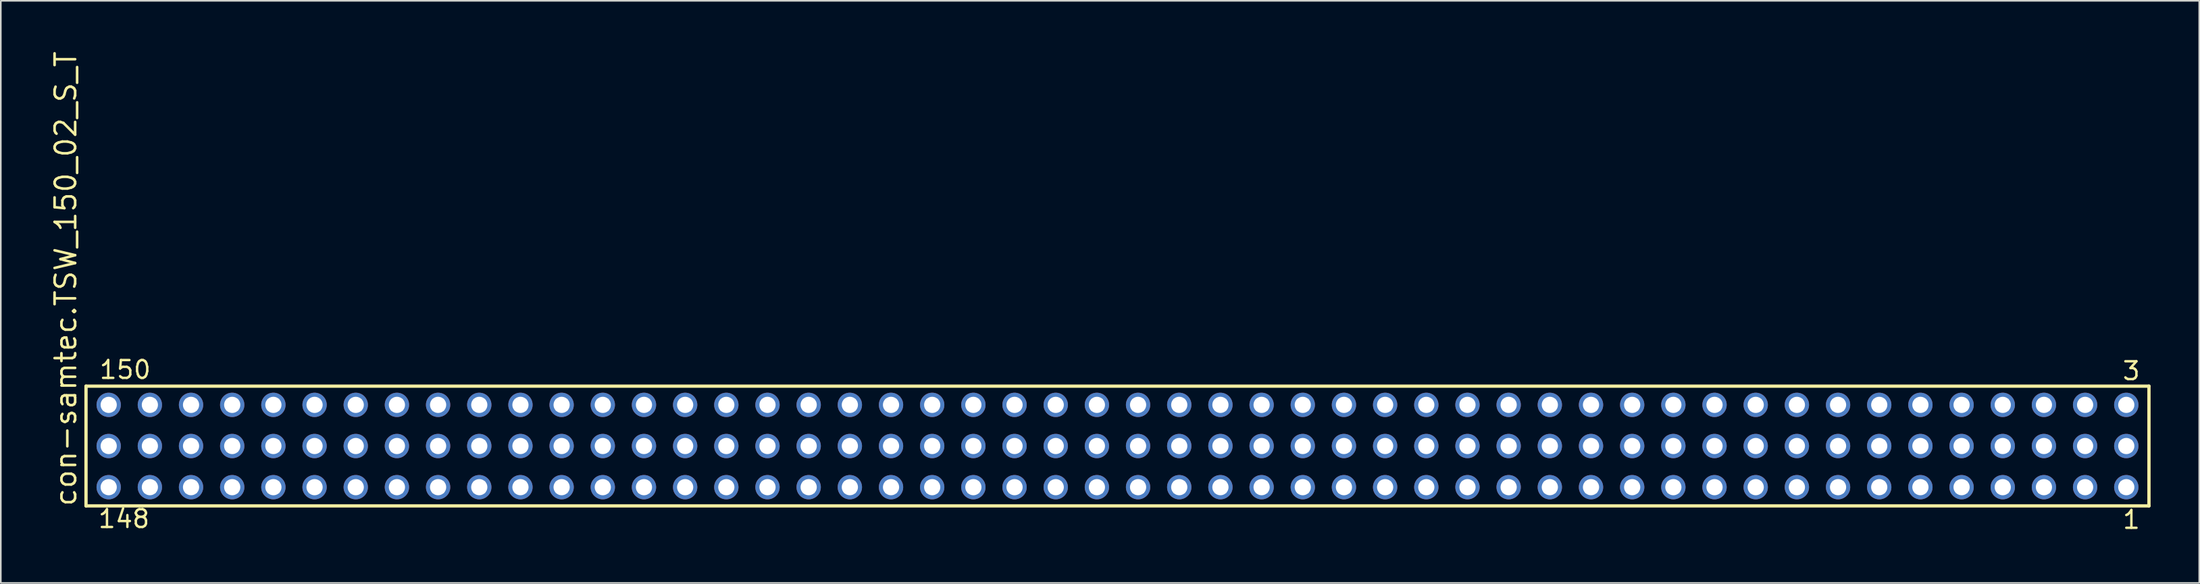
<source format=kicad_pcb>
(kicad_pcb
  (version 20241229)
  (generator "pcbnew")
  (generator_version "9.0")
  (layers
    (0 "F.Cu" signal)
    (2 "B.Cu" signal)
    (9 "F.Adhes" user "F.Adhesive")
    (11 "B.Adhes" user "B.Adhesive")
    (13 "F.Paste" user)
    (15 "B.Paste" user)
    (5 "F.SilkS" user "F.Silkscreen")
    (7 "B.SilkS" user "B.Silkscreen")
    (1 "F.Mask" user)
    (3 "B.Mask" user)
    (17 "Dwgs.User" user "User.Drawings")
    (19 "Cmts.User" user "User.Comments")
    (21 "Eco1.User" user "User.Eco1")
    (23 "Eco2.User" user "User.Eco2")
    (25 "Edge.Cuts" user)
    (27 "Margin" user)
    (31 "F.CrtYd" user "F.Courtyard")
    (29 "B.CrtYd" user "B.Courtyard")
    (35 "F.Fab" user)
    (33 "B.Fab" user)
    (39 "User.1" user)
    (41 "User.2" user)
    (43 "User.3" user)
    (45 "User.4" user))
  (footprint "con-samtec.TSW_150_02_S_T"
    (layer "F.Cu")
    (at 65.885 24.477)
    (property "Reference" "con-samtec.TSW_150_02_S_T" (at -64.135 3.81 90) (layer "F.SilkS") (effects (font (size 1.27 1.27) (thickness 0.16)) (justify left bottom)))
    (attr through_hole)
    (fp_line (start -63.629 -3.695) (end 63.629 -3.695) (stroke (width 0.203) (type default)) (layer "F.SilkS"))
    (fp_line (start -63.629 3.695) (end -63.629 -3.695) (stroke (width 0.203) (type default)) (layer "F.SilkS"))
    (fp_line (start 63.629 -3.695) (end 63.629 3.695) (stroke (width 0.203) (type default)) (layer "F.SilkS"))
    (fp_line (start 63.629 3.695) (end -63.629 3.695) (stroke (width 0.203) (type default)) (layer "F.SilkS"))
    (fp_rect (start -62.58 -2.19) (end -61.88 -2.89) (stroke (width 0.05) (type default)) (fill no) (layer "F.Fab"))
    (fp_rect (start -62.58 0.35) (end -61.88 -0.35) (stroke (width 0.05) (type default)) (fill no) (layer "F.Fab"))
    (fp_rect (start -62.58 2.89) (end -61.88 2.19) (stroke (width 0.05) (type default)) (fill no) (layer "F.Fab"))
    (fp_rect (start -60.04 -2.19) (end -59.34 -2.89) (stroke (width 0.05) (type default)) (fill no) (layer "F.Fab"))
    (fp_rect (start -60.04 0.35) (end -59.34 -0.35) (stroke (width 0.05) (type default)) (fill no) (layer "F.Fab"))
    (fp_rect (start -60.04 2.89) (end -59.34 2.19) (stroke (width 0.05) (type default)) (fill no) (layer "F.Fab"))
    (fp_rect (start -57.5 -2.19) (end -56.8 -2.89) (stroke (width 0.05) (type default)) (fill no) (layer "F.Fab"))
    (fp_rect (start -57.5 0.35) (end -56.8 -0.35) (stroke (width 0.05) (type default)) (fill no) (layer "F.Fab"))
    (fp_rect (start -57.5 2.89) (end -56.8 2.19) (stroke (width 0.05) (type default)) (fill no) (layer "F.Fab"))
    (fp_rect (start -54.96 -2.19) (end -54.26 -2.89) (stroke (width 0.05) (type default)) (fill no) (layer "F.Fab"))
    (fp_rect (start -54.96 0.35) (end -54.26 -0.35) (stroke (width 0.05) (type default)) (fill no) (layer "F.Fab"))
    (fp_rect (start -54.96 2.89) (end -54.26 2.19) (stroke (width 0.05) (type default)) (fill no) (layer "F.Fab"))
    (fp_rect (start -52.42 -2.19) (end -51.72 -2.89) (stroke (width 0.05) (type default)) (fill no) (layer "F.Fab"))
    (fp_rect (start -52.42 0.35) (end -51.72 -0.35) (stroke (width 0.05) (type default)) (fill no) (layer "F.Fab"))
    (fp_rect (start -52.42 2.89) (end -51.72 2.19) (stroke (width 0.05) (type default)) (fill no) (layer "F.Fab"))
    (fp_rect (start -49.88 -2.19) (end -49.18 -2.89) (stroke (width 0.05) (type default)) (fill no) (layer "F.Fab"))
    (fp_rect (start -49.88 0.35) (end -49.18 -0.35) (stroke (width 0.05) (type default)) (fill no) (layer "F.Fab"))
    (fp_rect (start -49.88 2.89) (end -49.18 2.19) (stroke (width 0.05) (type default)) (fill no) (layer "F.Fab"))
    (fp_rect (start -47.34 -2.19) (end -46.64 -2.89) (stroke (width 0.05) (type default)) (fill no) (layer "F.Fab"))
    (fp_rect (start -47.34 0.35) (end -46.64 -0.35) (stroke (width 0.05) (type default)) (fill no) (layer "F.Fab"))
    (fp_rect (start -47.34 2.89) (end -46.64 2.19) (stroke (width 0.05) (type default)) (fill no) (layer "F.Fab"))
    (fp_rect (start -44.8 -2.19) (end -44.1 -2.89) (stroke (width 0.05) (type default)) (fill no) (layer "F.Fab"))
    (fp_rect (start -44.8 0.35) (end -44.1 -0.35) (stroke (width 0.05) (type default)) (fill no) (layer "F.Fab"))
    (fp_rect (start -44.8 2.89) (end -44.1 2.19) (stroke (width 0.05) (type default)) (fill no) (layer "F.Fab"))
    (fp_rect (start -42.26 -2.19) (end -41.56 -2.89) (stroke (width 0.05) (type default)) (fill no) (layer "F.Fab"))
    (fp_rect (start -42.26 0.35) (end -41.56 -0.35) (stroke (width 0.05) (type default)) (fill no) (layer "F.Fab"))
    (fp_rect (start -42.26 2.89) (end -41.56 2.19) (stroke (width 0.05) (type default)) (fill no) (layer "F.Fab"))
    (fp_rect (start -39.72 -2.19) (end -39.02 -2.89) (stroke (width 0.05) (type default)) (fill no) (layer "F.Fab"))
    (fp_rect (start -39.72 0.35) (end -39.02 -0.35) (stroke (width 0.05) (type default)) (fill no) (layer "F.Fab"))
    (fp_rect (start -39.72 2.89) (end -39.02 2.19) (stroke (width 0.05) (type default)) (fill no) (layer "F.Fab"))
    (fp_rect (start -37.18 -2.19) (end -36.48 -2.89) (stroke (width 0.05) (type default)) (fill no) (layer "F.Fab"))
    (fp_rect (start -37.18 0.35) (end -36.48 -0.35) (stroke (width 0.05) (type default)) (fill no) (layer "F.Fab"))
    (fp_rect (start -37.18 2.89) (end -36.48 2.19) (stroke (width 0.05) (type default)) (fill no) (layer "F.Fab"))
    (fp_rect (start -34.64 -2.19) (end -33.94 -2.89) (stroke (width 0.05) (type default)) (fill no) (layer "F.Fab"))
    (fp_rect (start -34.64 0.35) (end -33.94 -0.35) (stroke (width 0.05) (type default)) (fill no) (layer "F.Fab"))
    (fp_rect (start -34.64 2.89) (end -33.94 2.19) (stroke (width 0.05) (type default)) (fill no) (layer "F.Fab"))
    (fp_rect (start -32.1 -2.19) (end -31.4 -2.89) (stroke (width 0.05) (type default)) (fill no) (layer "F.Fab"))
    (fp_rect (start -32.1 0.35) (end -31.4 -0.35) (stroke (width 0.05) (type default)) (fill no) (layer "F.Fab"))
    (fp_rect (start -32.1 2.89) (end -31.4 2.19) (stroke (width 0.05) (type default)) (fill no) (layer "F.Fab"))
    (fp_rect (start -29.56 -2.19) (end -28.86 -2.89) (stroke (width 0.05) (type default)) (fill no) (layer "F.Fab"))
    (fp_rect (start -29.56 0.35) (end -28.86 -0.35) (stroke (width 0.05) (type default)) (fill no) (layer "F.Fab"))
    (fp_rect (start -29.56 2.89) (end -28.86 2.19) (stroke (width 0.05) (type default)) (fill no) (layer "F.Fab"))
    (fp_rect (start -27.02 -2.19) (end -26.32 -2.89) (stroke (width 0.05) (type default)) (fill no) (layer "F.Fab"))
    (fp_rect (start -27.02 0.35) (end -26.32 -0.35) (stroke (width 0.05) (type default)) (fill no) (layer "F.Fab"))
    (fp_rect (start -27.02 2.89) (end -26.32 2.19) (stroke (width 0.05) (type default)) (fill no) (layer "F.Fab"))
    (fp_rect (start -24.48 -2.19) (end -23.78 -2.89) (stroke (width 0.05) (type default)) (fill no) (layer "F.Fab"))
    (fp_rect (start -24.48 0.35) (end -23.78 -0.35) (stroke (width 0.05) (type default)) (fill no) (layer "F.Fab"))
    (fp_rect (start -24.48 2.89) (end -23.78 2.19) (stroke (width 0.05) (type default)) (fill no) (layer "F.Fab"))
    (fp_rect (start -21.94 -2.19) (end -21.24 -2.89) (stroke (width 0.05) (type default)) (fill no) (layer "F.Fab"))
    (fp_rect (start -21.94 0.35) (end -21.24 -0.35) (stroke (width 0.05) (type default)) (fill no) (layer "F.Fab"))
    (fp_rect (start -21.94 2.89) (end -21.24 2.19) (stroke (width 0.05) (type default)) (fill no) (layer "F.Fab"))
    (fp_rect (start -19.4 -2.19) (end -18.7 -2.89) (stroke (width 0.05) (type default)) (fill no) (layer "F.Fab"))
    (fp_rect (start -19.4 0.35) (end -18.7 -0.35) (stroke (width 0.05) (type default)) (fill no) (layer "F.Fab"))
    (fp_rect (start -19.4 2.89) (end -18.7 2.19) (stroke (width 0.05) (type default)) (fill no) (layer "F.Fab"))
    (fp_rect (start -16.86 -2.19) (end -16.16 -2.89) (stroke (width 0.05) (type default)) (fill no) (layer "F.Fab"))
    (fp_rect (start -16.86 0.35) (end -16.16 -0.35) (stroke (width 0.05) (type default)) (fill no) (layer "F.Fab"))
    (fp_rect (start -16.86 2.89) (end -16.16 2.19) (stroke (width 0.05) (type default)) (fill no) (layer "F.Fab"))
    (fp_rect (start -14.32 -2.19) (end -13.62 -2.89) (stroke (width 0.05) (type default)) (fill no) (layer "F.Fab"))
    (fp_rect (start -14.32 0.35) (end -13.62 -0.35) (stroke (width 0.05) (type default)) (fill no) (layer "F.Fab"))
    (fp_rect (start -14.32 2.89) (end -13.62 2.19) (stroke (width 0.05) (type default)) (fill no) (layer "F.Fab"))
    (fp_rect (start -11.78 -2.19) (end -11.08 -2.89) (stroke (width 0.05) (type default)) (fill no) (layer "F.Fab"))
    (fp_rect (start -11.78 0.35) (end -11.08 -0.35) (stroke (width 0.05) (type default)) (fill no) (layer "F.Fab"))
    (fp_rect (start -11.78 2.89) (end -11.08 2.19) (stroke (width 0.05) (type default)) (fill no) (layer "F.Fab"))
    (fp_rect (start -9.24 -2.19) (end -8.54 -2.89) (stroke (width 0.05) (type default)) (fill no) (layer "F.Fab"))
    (fp_rect (start -9.24 0.35) (end -8.54 -0.35) (stroke (width 0.05) (type default)) (fill no) (layer "F.Fab"))
    (fp_rect (start -9.24 2.89) (end -8.54 2.19) (stroke (width 0.05) (type default)) (fill no) (layer "F.Fab"))
    (fp_rect (start -6.7 -2.19) (end -6 -2.89) (stroke (width 0.05) (type default)) (fill no) (layer "F.Fab"))
    (fp_rect (start -6.7 0.35) (end -6 -0.35) (stroke (width 0.05) (type default)) (fill no) (layer "F.Fab"))
    (fp_rect (start -6.7 2.89) (end -6 2.19) (stroke (width 0.05) (type default)) (fill no) (layer "F.Fab"))
    (fp_rect (start -4.16 -2.19) (end -3.46 -2.89) (stroke (width 0.05) (type default)) (fill no) (layer "F.Fab"))
    (fp_rect (start -4.16 0.35) (end -3.46 -0.35) (stroke (width 0.05) (type default)) (fill no) (layer "F.Fab"))
    (fp_rect (start -4.16 2.89) (end -3.46 2.19) (stroke (width 0.05) (type default)) (fill no) (layer "F.Fab"))
    (fp_rect (start -1.62 -2.19) (end -0.92 -2.89) (stroke (width 0.05) (type default)) (fill no) (layer "F.Fab"))
    (fp_rect (start -1.62 0.35) (end -0.92 -0.35) (stroke (width 0.05) (type default)) (fill no) (layer "F.Fab"))
    (fp_rect (start -1.62 2.89) (end -0.92 2.19) (stroke (width 0.05) (type default)) (fill no) (layer "F.Fab"))
    (fp_rect (start 0.92 -2.19) (end 1.62 -2.89) (stroke (width 0.05) (type default)) (fill no) (layer "F.Fab"))
    (fp_rect (start 0.92 0.35) (end 1.62 -0.35) (stroke (width 0.05) (type default)) (fill no) (layer "F.Fab"))
    (fp_rect (start 0.92 2.89) (end 1.62 2.19) (stroke (width 0.05) (type default)) (fill no) (layer "F.Fab"))
    (fp_rect (start 3.46 -2.19) (end 4.16 -2.89) (stroke (width 0.05) (type default)) (fill no) (layer "F.Fab"))
    (fp_rect (start 3.46 0.35) (end 4.16 -0.35) (stroke (width 0.05) (type default)) (fill no) (layer "F.Fab"))
    (fp_rect (start 3.46 2.89) (end 4.16 2.19) (stroke (width 0.05) (type default)) (fill no) (layer "F.Fab"))
    (fp_rect (start 6 -2.19) (end 6.7 -2.89) (stroke (width 0.05) (type default)) (fill no) (layer "F.Fab"))
    (fp_rect (start 6 0.35) (end 6.7 -0.35) (stroke (width 0.05) (type default)) (fill no) (layer "F.Fab"))
    (fp_rect (start 6 2.89) (end 6.7 2.19) (stroke (width 0.05) (type default)) (fill no) (layer "F.Fab"))
    (fp_rect (start 8.54 -2.19) (end 9.24 -2.89) (stroke (width 0.05) (type default)) (fill no) (layer "F.Fab"))
    (fp_rect (start 8.54 0.35) (end 9.24 -0.35) (stroke (width 0.05) (type default)) (fill no) (layer "F.Fab"))
    (fp_rect (start 8.54 2.89) (end 9.24 2.19) (stroke (width 0.05) (type default)) (fill no) (layer "F.Fab"))
    (fp_rect (start 11.08 -2.19) (end 11.78 -2.89) (stroke (width 0.05) (type default)) (fill no) (layer "F.Fab"))
    (fp_rect (start 11.08 0.35) (end 11.78 -0.35) (stroke (width 0.05) (type default)) (fill no) (layer "F.Fab"))
    (fp_rect (start 11.08 2.89) (end 11.78 2.19) (stroke (width 0.05) (type default)) (fill no) (layer "F.Fab"))
    (fp_rect (start 13.62 -2.19) (end 14.32 -2.89) (stroke (width 0.05) (type default)) (fill no) (layer "F.Fab"))
    (fp_rect (start 13.62 0.35) (end 14.32 -0.35) (stroke (width 0.05) (type default)) (fill no) (layer "F.Fab"))
    (fp_rect (start 13.62 2.89) (end 14.32 2.19) (stroke (width 0.05) (type default)) (fill no) (layer "F.Fab"))
    (fp_rect (start 16.16 -2.19) (end 16.86 -2.89) (stroke (width 0.05) (type default)) (fill no) (layer "F.Fab"))
    (fp_rect (start 16.16 0.35) (end 16.86 -0.35) (stroke (width 0.05) (type default)) (fill no) (layer "F.Fab"))
    (fp_rect (start 16.16 2.89) (end 16.86 2.19) (stroke (width 0.05) (type default)) (fill no) (layer "F.Fab"))
    (fp_rect (start 18.7 -2.19) (end 19.4 -2.89) (stroke (width 0.05) (type default)) (fill no) (layer "F.Fab"))
    (fp_rect (start 18.7 0.35) (end 19.4 -0.35) (stroke (width 0.05) (type default)) (fill no) (layer "F.Fab"))
    (fp_rect (start 18.7 2.89) (end 19.4 2.19) (stroke (width 0.05) (type default)) (fill no) (layer "F.Fab"))
    (fp_rect (start 21.24 -2.19) (end 21.94 -2.89) (stroke (width 0.05) (type default)) (fill no) (layer "F.Fab"))
    (fp_rect (start 21.24 0.35) (end 21.94 -0.35) (stroke (width 0.05) (type default)) (fill no) (layer "F.Fab"))
    (fp_rect (start 21.24 2.89) (end 21.94 2.19) (stroke (width 0.05) (type default)) (fill no) (layer "F.Fab"))
    (fp_rect (start 23.78 -2.19) (end 24.48 -2.89) (stroke (width 0.05) (type default)) (fill no) (layer "F.Fab"))
    (fp_rect (start 23.78 0.35) (end 24.48 -0.35) (stroke (width 0.05) (type default)) (fill no) (layer "F.Fab"))
    (fp_rect (start 23.78 2.89) (end 24.48 2.19) (stroke (width 0.05) (type default)) (fill no) (layer "F.Fab"))
    (fp_rect (start 26.32 -2.19) (end 27.02 -2.89) (stroke (width 0.05) (type default)) (fill no) (layer "F.Fab"))
    (fp_rect (start 26.32 0.35) (end 27.02 -0.35) (stroke (width 0.05) (type default)) (fill no) (layer "F.Fab"))
    (fp_rect (start 26.32 2.89) (end 27.02 2.19) (stroke (width 0.05) (type default)) (fill no) (layer "F.Fab"))
    (fp_rect (start 28.86 -2.19) (end 29.56 -2.89) (stroke (width 0.05) (type default)) (fill no) (layer "F.Fab"))
    (fp_rect (start 28.86 0.35) (end 29.56 -0.35) (stroke (width 0.05) (type default)) (fill no) (layer "F.Fab"))
    (fp_rect (start 28.86 2.89) (end 29.56 2.19) (stroke (width 0.05) (type default)) (fill no) (layer "F.Fab"))
    (fp_rect (start 31.4 -2.19) (end 32.1 -2.89) (stroke (width 0.05) (type default)) (fill no) (layer "F.Fab"))
    (fp_rect (start 31.4 0.35) (end 32.1 -0.35) (stroke (width 0.05) (type default)) (fill no) (layer "F.Fab"))
    (fp_rect (start 31.4 2.89) (end 32.1 2.19) (stroke (width 0.05) (type default)) (fill no) (layer "F.Fab"))
    (fp_rect (start 33.94 -2.19) (end 34.64 -2.89) (stroke (width 0.05) (type default)) (fill no) (layer "F.Fab"))
    (fp_rect (start 33.94 0.35) (end 34.64 -0.35) (stroke (width 0.05) (type default)) (fill no) (layer "F.Fab"))
    (fp_rect (start 33.94 2.89) (end 34.64 2.19) (stroke (width 0.05) (type default)) (fill no) (layer "F.Fab"))
    (fp_rect (start 36.48 -2.19) (end 37.18 -2.89) (stroke (width 0.05) (type default)) (fill no) (layer "F.Fab"))
    (fp_rect (start 36.48 0.35) (end 37.18 -0.35) (stroke (width 0.05) (type default)) (fill no) (layer "F.Fab"))
    (fp_rect (start 36.48 2.89) (end 37.18 2.19) (stroke (width 0.05) (type default)) (fill no) (layer "F.Fab"))
    (fp_rect (start 39.02 -2.19) (end 39.72 -2.89) (stroke (width 0.05) (type default)) (fill no) (layer "F.Fab"))
    (fp_rect (start 39.02 0.35) (end 39.72 -0.35) (stroke (width 0.05) (type default)) (fill no) (layer "F.Fab"))
    (fp_rect (start 39.02 2.89) (end 39.72 2.19) (stroke (width 0.05) (type default)) (fill no) (layer "F.Fab"))
    (fp_rect (start 41.56 -2.19) (end 42.26 -2.89) (stroke (width 0.05) (type default)) (fill no) (layer "F.Fab"))
    (fp_rect (start 41.56 0.35) (end 42.26 -0.35) (stroke (width 0.05) (type default)) (fill no) (layer "F.Fab"))
    (fp_rect (start 41.56 2.89) (end 42.26 2.19) (stroke (width 0.05) (type default)) (fill no) (layer "F.Fab"))
    (fp_rect (start 44.1 -2.19) (end 44.8 -2.89) (stroke (width 0.05) (type default)) (fill no) (layer "F.Fab"))
    (fp_rect (start 44.1 0.35) (end 44.8 -0.35) (stroke (width 0.05) (type default)) (fill no) (layer "F.Fab"))
    (fp_rect (start 44.1 2.89) (end 44.8 2.19) (stroke (width 0.05) (type default)) (fill no) (layer "F.Fab"))
    (fp_rect (start 46.64 -2.19) (end 47.34 -2.89) (stroke (width 0.05) (type default)) (fill no) (layer "F.Fab"))
    (fp_rect (start 46.64 0.35) (end 47.34 -0.35) (stroke (width 0.05) (type default)) (fill no) (layer "F.Fab"))
    (fp_rect (start 46.64 2.89) (end 47.34 2.19) (stroke (width 0.05) (type default)) (fill no) (layer "F.Fab"))
    (fp_rect (start 49.18 -2.19) (end 49.88 -2.89) (stroke (width 0.05) (type default)) (fill no) (layer "F.Fab"))
    (fp_rect (start 49.18 0.35) (end 49.88 -0.35) (stroke (width 0.05) (type default)) (fill no) (layer "F.Fab"))
    (fp_rect (start 49.18 2.89) (end 49.88 2.19) (stroke (width 0.05) (type default)) (fill no) (layer "F.Fab"))
    (fp_rect (start 51.72 -2.19) (end 52.42 -2.89) (stroke (width 0.05) (type default)) (fill no) (layer "F.Fab"))
    (fp_rect (start 51.72 0.35) (end 52.42 -0.35) (stroke (width 0.05) (type default)) (fill no) (layer "F.Fab"))
    (fp_rect (start 51.72 2.89) (end 52.42 2.19) (stroke (width 0.05) (type default)) (fill no) (layer "F.Fab"))
    (fp_rect (start 54.26 -2.19) (end 54.96 -2.89) (stroke (width 0.05) (type default)) (fill no) (layer "F.Fab"))
    (fp_rect (start 54.26 0.35) (end 54.96 -0.35) (stroke (width 0.05) (type default)) (fill no) (layer "F.Fab"))
    (fp_rect (start 54.26 2.89) (end 54.96 2.19) (stroke (width 0.05) (type default)) (fill no) (layer "F.Fab"))
    (fp_rect (start 56.8 -2.19) (end 57.5 -2.89) (stroke (width 0.05) (type default)) (fill no) (layer "F.Fab"))
    (fp_rect (start 56.8 0.35) (end 57.5 -0.35) (stroke (width 0.05) (type default)) (fill no) (layer "F.Fab"))
    (fp_rect (start 56.8 2.89) (end 57.5 2.19) (stroke (width 0.05) (type default)) (fill no) (layer "F.Fab"))
    (fp_rect (start 59.34 -2.19) (end 60.04 -2.89) (stroke (width 0.05) (type default)) (fill no) (layer "F.Fab"))
    (fp_rect (start 59.34 0.35) (end 60.04 -0.35) (stroke (width 0.05) (type default)) (fill no) (layer "F.Fab"))
    (fp_rect (start 59.34 2.89) (end 60.04 2.19) (stroke (width 0.05) (type default)) (fill no) (layer "F.Fab"))
    (fp_rect (start 61.88 -2.19) (end 62.58 -2.89) (stroke (width 0.05) (type default)) (fill no) (layer "F.Fab"))
    (fp_rect (start 61.88 0.35) (end 62.58 -0.35) (stroke (width 0.05) (type default)) (fill no) (layer "F.Fab"))
    (fp_rect (start 61.88 2.89) (end 62.58 2.19) (stroke (width 0.05) (type default)) (fill no) (layer "F.Fab"))
    (fp_text user "3" (at 61.918 -3.989 0) (layer "F.SilkS") (effects (font (size 1.1 1.1) (thickness 0.15)) (justify left bottom)))
    (fp_text user "1" (at 61.922 5.188 0) (layer "F.SilkS") (effects (font (size 1.1 1.1) (thickness 0.15)) (justify left bottom)))
    (fp_text user "148" (at -62.958 5.138 0) (layer "F.SilkS") (effects (font (size 1.1 1.1) (thickness 0.15)) (justify left bottom)))
    (fp_text user "150" (at -62.883 -4.064 0) (layer "F.SilkS") (effects (font (size 1.1 1.1) (thickness 0.15)) (justify left bottom)))
    (pad "1" thru_hole circle (at 62.23 2.54 180) (size 1.5 1.5) (drill 1) (layers "*.Cu" "*.Mask"))
    (pad "2" thru_hole circle (at 62.23 0 180) (size 1.5 1.5) (drill 1) (layers "*.Cu" "*.Mask"))
    (pad "3" thru_hole circle (at 62.23 -2.54 180) (size 1.5 1.5) (drill 1) (layers "*.Cu" "*.Mask"))
    (pad "4" thru_hole circle (at 59.69 2.54 180) (size 1.5 1.5) (drill 1) (layers "*.Cu" "*.Mask"))
    (pad "5" thru_hole circle (at 59.69 0 180) (size 1.5 1.5) (drill 1) (layers "*.Cu" "*.Mask"))
    (pad "6" thru_hole circle (at 59.69 -2.54 180) (size 1.5 1.5) (drill 1) (layers "*.Cu" "*.Mask"))
    (pad "7" thru_hole circle (at 57.15 2.54 180) (size 1.5 1.5) (drill 1) (layers "*.Cu" "*.Mask"))
    (pad "8" thru_hole circle (at 57.15 0 180) (size 1.5 1.5) (drill 1) (layers "*.Cu" "*.Mask"))
    (pad "9" thru_hole circle (at 57.15 -2.54 180) (size 1.5 1.5) (drill 1) (layers "*.Cu" "*.Mask"))
    (pad "10" thru_hole circle (at 54.61 2.54 180) (size 1.5 1.5) (drill 1) (layers "*.Cu" "*.Mask"))
    (pad "11" thru_hole circle (at 54.61 0 180) (size 1.5 1.5) (drill 1) (layers "*.Cu" "*.Mask"))
    (pad "12" thru_hole circle (at 54.61 -2.54 180) (size 1.5 1.5) (drill 1) (layers "*.Cu" "*.Mask"))
    (pad "13" thru_hole circle (at 52.07 2.54 180) (size 1.5 1.5) (drill 1) (layers "*.Cu" "*.Mask"))
    (pad "14" thru_hole circle (at 52.07 0 180) (size 1.5 1.5) (drill 1) (layers "*.Cu" "*.Mask"))
    (pad "15" thru_hole circle (at 52.07 -2.54 180) (size 1.5 1.5) (drill 1) (layers "*.Cu" "*.Mask"))
    (pad "16" thru_hole circle (at 49.53 2.54 180) (size 1.5 1.5) (drill 1) (layers "*.Cu" "*.Mask"))
    (pad "17" thru_hole circle (at 49.53 0 180) (size 1.5 1.5) (drill 1) (layers "*.Cu" "*.Mask"))
    (pad "18" thru_hole circle (at 49.53 -2.54 180) (size 1.5 1.5) (drill 1) (layers "*.Cu" "*.Mask"))
    (pad "19" thru_hole circle (at 46.99 2.54 180) (size 1.5 1.5) (drill 1) (layers "*.Cu" "*.Mask"))
    (pad "20" thru_hole circle (at 46.99 0 180) (size 1.5 1.5) (drill 1) (layers "*.Cu" "*.Mask"))
    (pad "21" thru_hole circle (at 46.99 -2.54 180) (size 1.5 1.5) (drill 1) (layers "*.Cu" "*.Mask"))
    (pad "22" thru_hole circle (at 44.45 2.54 180) (size 1.5 1.5) (drill 1) (layers "*.Cu" "*.Mask"))
    (pad "23" thru_hole circle (at 44.45 0 180) (size 1.5 1.5) (drill 1) (layers "*.Cu" "*.Mask"))
    (pad "24" thru_hole circle (at 44.45 -2.54 180) (size 1.5 1.5) (drill 1) (layers "*.Cu" "*.Mask"))
    (pad "25" thru_hole circle (at 41.91 2.54 180) (size 1.5 1.5) (drill 1) (layers "*.Cu" "*.Mask"))
    (pad "26" thru_hole circle (at 41.91 0 180) (size 1.5 1.5) (drill 1) (layers "*.Cu" "*.Mask"))
    (pad "27" thru_hole circle (at 41.91 -2.54 180) (size 1.5 1.5) (drill 1) (layers "*.Cu" "*.Mask"))
    (pad "28" thru_hole circle (at 39.37 2.54 180) (size 1.5 1.5) (drill 1) (layers "*.Cu" "*.Mask"))
    (pad "29" thru_hole circle (at 39.37 0 180) (size 1.5 1.5) (drill 1) (layers "*.Cu" "*.Mask"))
    (pad "30" thru_hole circle (at 39.37 -2.54 180) (size 1.5 1.5) (drill 1) (layers "*.Cu" "*.Mask"))
    (pad "31" thru_hole circle (at 36.83 2.54 180) (size 1.5 1.5) (drill 1) (layers "*.Cu" "*.Mask"))
    (pad "32" thru_hole circle (at 36.83 0 180) (size 1.5 1.5) (drill 1) (layers "*.Cu" "*.Mask"))
    (pad "33" thru_hole circle (at 36.83 -2.54 180) (size 1.5 1.5) (drill 1) (layers "*.Cu" "*.Mask"))
    (pad "34" thru_hole circle (at 34.29 2.54 180) (size 1.5 1.5) (drill 1) (layers "*.Cu" "*.Mask"))
    (pad "35" thru_hole circle (at 34.29 0 180) (size 1.5 1.5) (drill 1) (layers "*.Cu" "*.Mask"))
    (pad "36" thru_hole circle (at 34.29 -2.54 180) (size 1.5 1.5) (drill 1) (layers "*.Cu" "*.Mask"))
    (pad "37" thru_hole circle (at 31.75 2.54 180) (size 1.5 1.5) (drill 1) (layers "*.Cu" "*.Mask"))
    (pad "38" thru_hole circle (at 31.75 0 180) (size 1.5 1.5) (drill 1) (layers "*.Cu" "*.Mask"))
    (pad "39" thru_hole circle (at 31.75 -2.54 180) (size 1.5 1.5) (drill 1) (layers "*.Cu" "*.Mask"))
    (pad "40" thru_hole circle (at 29.21 2.54 180) (size 1.5 1.5) (drill 1) (layers "*.Cu" "*.Mask"))
    (pad "41" thru_hole circle (at 29.21 0 180) (size 1.5 1.5) (drill 1) (layers "*.Cu" "*.Mask"))
    (pad "42" thru_hole circle (at 29.21 -2.54 180) (size 1.5 1.5) (drill 1) (layers "*.Cu" "*.Mask"))
    (pad "43" thru_hole circle (at 26.67 2.54 180) (size 1.5 1.5) (drill 1) (layers "*.Cu" "*.Mask"))
    (pad "44" thru_hole circle (at 26.67 0 180) (size 1.5 1.5) (drill 1) (layers "*.Cu" "*.Mask"))
    (pad "45" thru_hole circle (at 26.67 -2.54 180) (size 1.5 1.5) (drill 1) (layers "*.Cu" "*.Mask"))
    (pad "46" thru_hole circle (at 24.13 2.54 180) (size 1.5 1.5) (drill 1) (layers "*.Cu" "*.Mask"))
    (pad "47" thru_hole circle (at 24.13 0 180) (size 1.5 1.5) (drill 1) (layers "*.Cu" "*.Mask"))
    (pad "48" thru_hole circle (at 24.13 -2.54 180) (size 1.5 1.5) (drill 1) (layers "*.Cu" "*.Mask"))
    (pad "49" thru_hole circle (at 21.59 2.54 180) (size 1.5 1.5) (drill 1) (layers "*.Cu" "*.Mask"))
    (pad "50" thru_hole circle (at 21.59 0 180) (size 1.5 1.5) (drill 1) (layers "*.Cu" "*.Mask"))
    (pad "51" thru_hole circle (at 21.59 -2.54 180) (size 1.5 1.5) (drill 1) (layers "*.Cu" "*.Mask"))
    (pad "52" thru_hole circle (at 19.05 2.54 180) (size 1.5 1.5) (drill 1) (layers "*.Cu" "*.Mask"))
    (pad "53" thru_hole circle (at 19.05 0 180) (size 1.5 1.5) (drill 1) (layers "*.Cu" "*.Mask"))
    (pad "54" thru_hole circle (at 19.05 -2.54 180) (size 1.5 1.5) (drill 1) (layers "*.Cu" "*.Mask"))
    (pad "55" thru_hole circle (at 16.51 2.54 180) (size 1.5 1.5) (drill 1) (layers "*.Cu" "*.Mask"))
    (pad "56" thru_hole circle (at 16.51 0 180) (size 1.5 1.5) (drill 1) (layers "*.Cu" "*.Mask"))
    (pad "57" thru_hole circle (at 16.51 -2.54 180) (size 1.5 1.5) (drill 1) (layers "*.Cu" "*.Mask"))
    (pad "58" thru_hole circle (at 13.97 2.54 180) (size 1.5 1.5) (drill 1) (layers "*.Cu" "*.Mask"))
    (pad "59" thru_hole circle (at 13.97 0 180) (size 1.5 1.5) (drill 1) (layers "*.Cu" "*.Mask"))
    (pad "60" thru_hole circle (at 13.97 -2.54 180) (size 1.5 1.5) (drill 1) (layers "*.Cu" "*.Mask"))
    (pad "61" thru_hole circle (at 11.43 2.54 180) (size 1.5 1.5) (drill 1) (layers "*.Cu" "*.Mask"))
    (pad "62" thru_hole circle (at 11.43 0 180) (size 1.5 1.5) (drill 1) (layers "*.Cu" "*.Mask"))
    (pad "63" thru_hole circle (at 11.43 -2.54 180) (size 1.5 1.5) (drill 1) (layers "*.Cu" "*.Mask"))
    (pad "64" thru_hole circle (at 8.89 2.54 180) (size 1.5 1.5) (drill 1) (layers "*.Cu" "*.Mask"))
    (pad "65" thru_hole circle (at 8.89 0 180) (size 1.5 1.5) (drill 1) (layers "*.Cu" "*.Mask"))
    (pad "66" thru_hole circle (at 8.89 -2.54 180) (size 1.5 1.5) (drill 1) (layers "*.Cu" "*.Mask"))
    (pad "67" thru_hole circle (at 6.35 2.54 180) (size 1.5 1.5) (drill 1) (layers "*.Cu" "*.Mask"))
    (pad "68" thru_hole circle (at 6.35 0 180) (size 1.5 1.5) (drill 1) (layers "*.Cu" "*.Mask"))
    (pad "69" thru_hole circle (at 6.35 -2.54 180) (size 1.5 1.5) (drill 1) (layers "*.Cu" "*.Mask"))
    (pad "70" thru_hole circle (at 3.81 2.54 180) (size 1.5 1.5) (drill 1) (layers "*.Cu" "*.Mask"))
    (pad "71" thru_hole circle (at 3.81 0 180) (size 1.5 1.5) (drill 1) (layers "*.Cu" "*.Mask"))
    (pad "72" thru_hole circle (at 3.81 -2.54 180) (size 1.5 1.5) (drill 1) (layers "*.Cu" "*.Mask"))
    (pad "73" thru_hole circle (at 1.27 2.54 180) (size 1.5 1.5) (drill 1) (layers "*.Cu" "*.Mask"))
    (pad "74" thru_hole circle (at 1.27 0 180) (size 1.5 1.5) (drill 1) (layers "*.Cu" "*.Mask"))
    (pad "75" thru_hole circle (at 1.27 -2.54 180) (size 1.5 1.5) (drill 1) (layers "*.Cu" "*.Mask"))
    (pad "76" thru_hole circle (at -1.27 2.54 180) (size 1.5 1.5) (drill 1) (layers "*.Cu" "*.Mask"))
    (pad "77" thru_hole circle (at -1.27 0 180) (size 1.5 1.5) (drill 1) (layers "*.Cu" "*.Mask"))
    (pad "78" thru_hole circle (at -1.27 -2.54 180) (size 1.5 1.5) (drill 1) (layers "*.Cu" "*.Mask"))
    (pad "79" thru_hole circle (at -3.81 2.54 180) (size 1.5 1.5) (drill 1) (layers "*.Cu" "*.Mask"))
    (pad "80" thru_hole circle (at -3.81 0 180) (size 1.5 1.5) (drill 1) (layers "*.Cu" "*.Mask"))
    (pad "81" thru_hole circle (at -3.81 -2.54 180) (size 1.5 1.5) (drill 1) (layers "*.Cu" "*.Mask"))
    (pad "82" thru_hole circle (at -6.35 2.54 180) (size 1.5 1.5) (drill 1) (layers "*.Cu" "*.Mask"))
    (pad "83" thru_hole circle (at -6.35 0 180) (size 1.5 1.5) (drill 1) (layers "*.Cu" "*.Mask"))
    (pad "84" thru_hole circle (at -6.35 -2.54 180) (size 1.5 1.5) (drill 1) (layers "*.Cu" "*.Mask"))
    (pad "85" thru_hole circle (at -8.89 2.54 180) (size 1.5 1.5) (drill 1) (layers "*.Cu" "*.Mask"))
    (pad "86" thru_hole circle (at -8.89 0 180) (size 1.5 1.5) (drill 1) (layers "*.Cu" "*.Mask"))
    (pad "87" thru_hole circle (at -8.89 -2.54 180) (size 1.5 1.5) (drill 1) (layers "*.Cu" "*.Mask"))
    (pad "88" thru_hole circle (at -11.43 2.54 180) (size 1.5 1.5) (drill 1) (layers "*.Cu" "*.Mask"))
    (pad "89" thru_hole circle (at -11.43 0 180) (size 1.5 1.5) (drill 1) (layers "*.Cu" "*.Mask"))
    (pad "90" thru_hole circle (at -11.43 -2.54 180) (size 1.5 1.5) (drill 1) (layers "*.Cu" "*.Mask"))
    (pad "91" thru_hole circle (at -13.97 2.54 180) (size 1.5 1.5) (drill 1) (layers "*.Cu" "*.Mask"))
    (pad "92" thru_hole circle (at -13.97 0 180) (size 1.5 1.5) (drill 1) (layers "*.Cu" "*.Mask"))
    (pad "93" thru_hole circle (at -13.97 -2.54 180) (size 1.5 1.5) (drill 1) (layers "*.Cu" "*.Mask"))
    (pad "94" thru_hole circle (at -16.51 2.54 180) (size 1.5 1.5) (drill 1) (layers "*.Cu" "*.Mask"))
    (pad "95" thru_hole circle (at -16.51 0 180) (size 1.5 1.5) (drill 1) (layers "*.Cu" "*.Mask"))
    (pad "96" thru_hole circle (at -16.51 -2.54 180) (size 1.5 1.5) (drill 1) (layers "*.Cu" "*.Mask"))
    (pad "97" thru_hole circle (at -19.05 2.54 180) (size 1.5 1.5) (drill 1) (layers "*.Cu" "*.Mask"))
    (pad "98" thru_hole circle (at -19.05 0 180) (size 1.5 1.5) (drill 1) (layers "*.Cu" "*.Mask"))
    (pad "99" thru_hole circle (at -19.05 -2.54 180) (size 1.5 1.5) (drill 1) (layers "*.Cu" "*.Mask"))
    (pad "100" thru_hole circle (at -21.59 2.54 180) (size 1.5 1.5) (drill 1) (layers "*.Cu" "*.Mask"))
    (pad "101" thru_hole circle (at -21.59 0 180) (size 1.5 1.5) (drill 1) (layers "*.Cu" "*.Mask"))
    (pad "102" thru_hole circle (at -21.59 -2.54 180) (size 1.5 1.5) (drill 1) (layers "*.Cu" "*.Mask"))
    (pad "103" thru_hole circle (at -24.13 2.54 180) (size 1.5 1.5) (drill 1) (layers "*.Cu" "*.Mask"))
    (pad "104" thru_hole circle (at -24.13 0 180) (size 1.5 1.5) (drill 1) (layers "*.Cu" "*.Mask"))
    (pad "105" thru_hole circle (at -24.13 -2.54 180) (size 1.5 1.5) (drill 1) (layers "*.Cu" "*.Mask"))
    (pad "106" thru_hole circle (at -26.67 2.54 180) (size 1.5 1.5) (drill 1) (layers "*.Cu" "*.Mask"))
    (pad "107" thru_hole circle (at -26.67 0 180) (size 1.5 1.5) (drill 1) (layers "*.Cu" "*.Mask"))
    (pad "108" thru_hole circle (at -26.67 -2.54 180) (size 1.5 1.5) (drill 1) (layers "*.Cu" "*.Mask"))
    (pad "109" thru_hole circle (at -29.21 2.54 180) (size 1.5 1.5) (drill 1) (layers "*.Cu" "*.Mask"))
    (pad "110" thru_hole circle (at -29.21 0 180) (size 1.5 1.5) (drill 1) (layers "*.Cu" "*.Mask"))
    (pad "111" thru_hole circle (at -29.21 -2.54 180) (size 1.5 1.5) (drill 1) (layers "*.Cu" "*.Mask"))
    (pad "112" thru_hole circle (at -31.75 2.54 180) (size 1.5 1.5) (drill 1) (layers "*.Cu" "*.Mask"))
    (pad "113" thru_hole circle (at -31.75 0 180) (size 1.5 1.5) (drill 1) (layers "*.Cu" "*.Mask"))
    (pad "114" thru_hole circle (at -31.75 -2.54 180) (size 1.5 1.5) (drill 1) (layers "*.Cu" "*.Mask"))
    (pad "115" thru_hole circle (at -34.29 2.54 180) (size 1.5 1.5) (drill 1) (layers "*.Cu" "*.Mask"))
    (pad "116" thru_hole circle (at -34.29 0 180) (size 1.5 1.5) (drill 1) (layers "*.Cu" "*.Mask"))
    (pad "117" thru_hole circle (at -34.29 -2.54 180) (size 1.5 1.5) (drill 1) (layers "*.Cu" "*.Mask"))
    (pad "118" thru_hole circle (at -36.83 2.54 180) (size 1.5 1.5) (drill 1) (layers "*.Cu" "*.Mask"))
    (pad "119" thru_hole circle (at -36.83 0 180) (size 1.5 1.5) (drill 1) (layers "*.Cu" "*.Mask"))
    (pad "120" thru_hole circle (at -36.83 -2.54 180) (size 1.5 1.5) (drill 1) (layers "*.Cu" "*.Mask"))
    (pad "121" thru_hole circle (at -39.37 2.54 180) (size 1.5 1.5) (drill 1) (layers "*.Cu" "*.Mask"))
    (pad "122" thru_hole circle (at -39.37 0 180) (size 1.5 1.5) (drill 1) (layers "*.Cu" "*.Mask"))
    (pad "123" thru_hole circle (at -39.37 -2.54 180) (size 1.5 1.5) (drill 1) (layers "*.Cu" "*.Mask"))
    (pad "124" thru_hole circle (at -41.91 2.54 180) (size 1.5 1.5) (drill 1) (layers "*.Cu" "*.Mask"))
    (pad "125" thru_hole circle (at -41.91 0 180) (size 1.5 1.5) (drill 1) (layers "*.Cu" "*.Mask"))
    (pad "126" thru_hole circle (at -41.91 -2.54 180) (size 1.5 1.5) (drill 1) (layers "*.Cu" "*.Mask"))
    (pad "127" thru_hole circle (at -44.45 2.54 180) (size 1.5 1.5) (drill 1) (layers "*.Cu" "*.Mask"))
    (pad "128" thru_hole circle (at -44.45 0 180) (size 1.5 1.5) (drill 1) (layers "*.Cu" "*.Mask"))
    (pad "129" thru_hole circle (at -44.45 -2.54 180) (size 1.5 1.5) (drill 1) (layers "*.Cu" "*.Mask"))
    (pad "130" thru_hole circle (at -46.99 2.54 180) (size 1.5 1.5) (drill 1) (layers "*.Cu" "*.Mask"))
    (pad "131" thru_hole circle (at -46.99 0 180) (size 1.5 1.5) (drill 1) (layers "*.Cu" "*.Mask"))
    (pad "132" thru_hole circle (at -46.99 -2.54 180) (size 1.5 1.5) (drill 1) (layers "*.Cu" "*.Mask"))
    (pad "133" thru_hole circle (at -49.53 2.54 180) (size 1.5 1.5) (drill 1) (layers "*.Cu" "*.Mask"))
    (pad "134" thru_hole circle (at -49.53 0 180) (size 1.5 1.5) (drill 1) (layers "*.Cu" "*.Mask"))
    (pad "135" thru_hole circle (at -49.53 -2.54 180) (size 1.5 1.5) (drill 1) (layers "*.Cu" "*.Mask"))
    (pad "136" thru_hole circle (at -52.07 2.54 180) (size 1.5 1.5) (drill 1) (layers "*.Cu" "*.Mask"))
    (pad "137" thru_hole circle (at -52.07 0 180) (size 1.5 1.5) (drill 1) (layers "*.Cu" "*.Mask"))
    (pad "138" thru_hole circle (at -52.07 -2.54 180) (size 1.5 1.5) (drill 1) (layers "*.Cu" "*.Mask"))
    (pad "139" thru_hole circle (at -54.61 2.54 180) (size 1.5 1.5) (drill 1) (layers "*.Cu" "*.Mask"))
    (pad "140" thru_hole circle (at -54.61 0 180) (size 1.5 1.5) (drill 1) (layers "*.Cu" "*.Mask"))
    (pad "141" thru_hole circle (at -54.61 -2.54 180) (size 1.5 1.5) (drill 1) (layers "*.Cu" "*.Mask"))
    (pad "142" thru_hole circle (at -57.15 2.54 180) (size 1.5 1.5) (drill 1) (layers "*.Cu" "*.Mask"))
    (pad "143" thru_hole circle (at -57.15 0 180) (size 1.5 1.5) (drill 1) (layers "*.Cu" "*.Mask"))
    (pad "144" thru_hole circle (at -57.15 -2.54 180) (size 1.5 1.5) (drill 1) (layers "*.Cu" "*.Mask"))
    (pad "145" thru_hole circle (at -59.69 2.54 180) (size 1.5 1.5) (drill 1) (layers "*.Cu" "*.Mask"))
    (pad "146" thru_hole circle (at -59.69 0 180) (size 1.5 1.5) (drill 1) (layers "*.Cu" "*.Mask"))
    (pad "147" thru_hole circle (at -59.69 -2.54 180) (size 1.5 1.5) (drill 1) (layers "*.Cu" "*.Mask"))
    (pad "148" thru_hole circle (at -62.23 2.54 180) (size 1.5 1.5) (drill 1) (layers "*.Cu" "*.Mask"))
    (pad "149" thru_hole circle (at -62.23 0 180) (size 1.5 1.5) (drill 1) (layers "*.Cu" "*.Mask"))
    (pad "150" thru_hole circle (at -62.23 -2.54 180) (size 1.5 1.5) (drill 1) (layers "*.Cu" "*.Mask")))
  (gr_rect
    (start -3 -3)
    (end 132.616 32.928)
    (stroke (width 0.1) (type default))
    (fill no)
    (layer "Edge.Cuts")))
</source>
